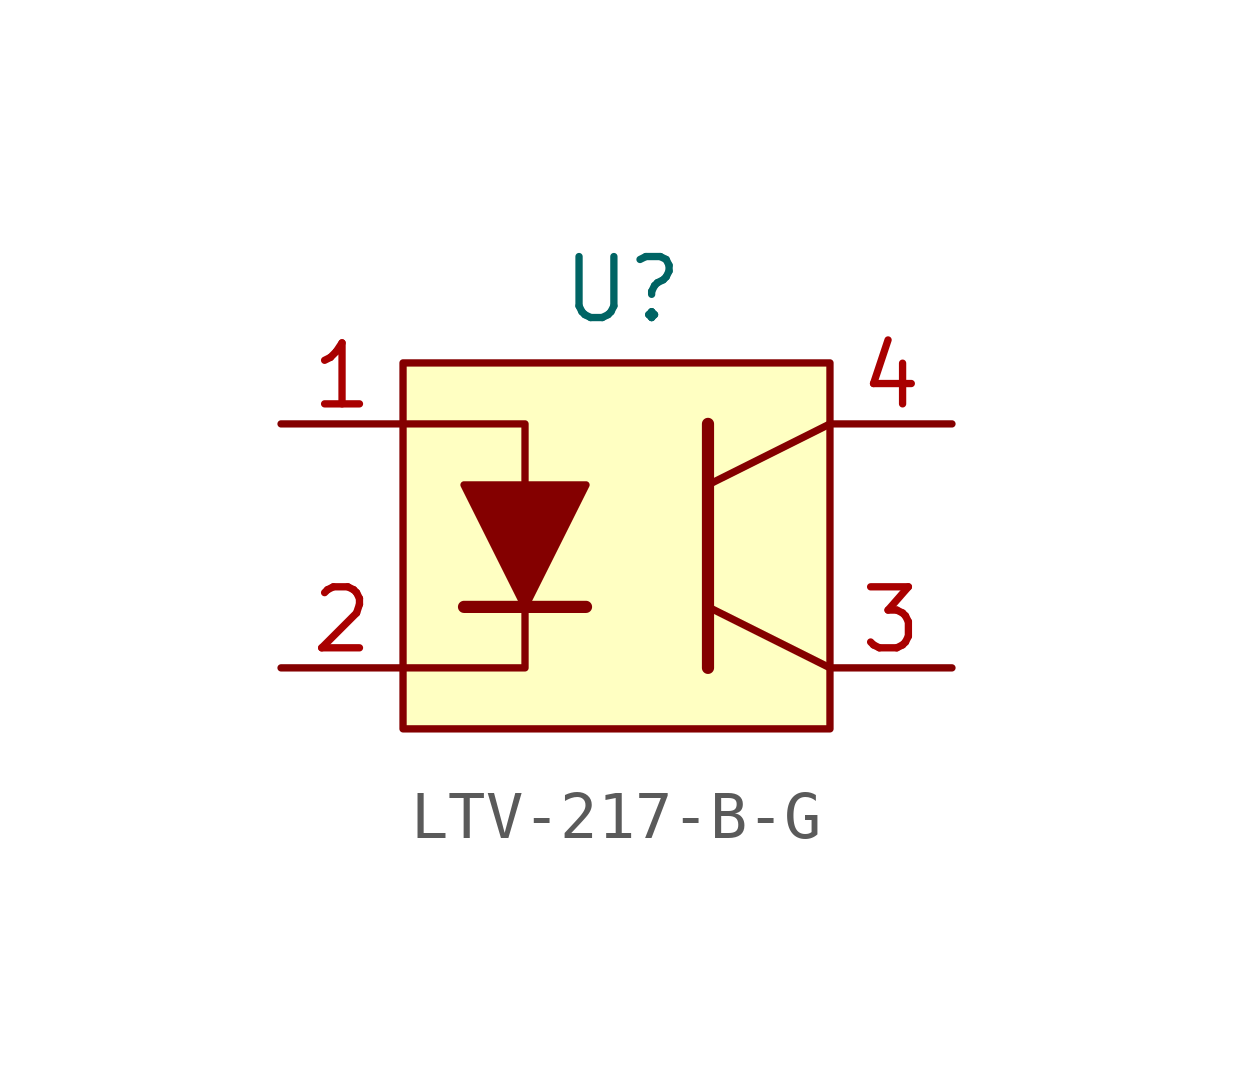
<source format=kicad_sym>
(kicad_symbol_lib
  (version 20241209)
  (generator "kicad_symbol_editor")
  (generator_version "9.0")
  (symbol "LTV-217-B-G"
    (property "Reference" "U"
      (at 7.112 2.794 0)
      (effects (font (size 1.27 1.27))))
    (property "Value" ""
      (at 0 0 0)
      (effects (font (size 1.27 1.27))))
    (symbol "LTV-217-B-G_0_1"
      (polyline (pts (xy 2.54 0) (xy 5.08 0) (xy 5.08 -1.27)) (stroke (width 0) (type default)) (fill (type none)))
      (polyline (pts (xy 2.54 -5.08) (xy 5.08 -5.08) (xy 5.08 -3.81)) (stroke (width 0) (type default)) (fill (type none)))
      (polyline (pts (xy 11.43 0) (xy 8.89 -1.27) (xy 8.89 -3.81) (xy 11.43 -5.08)) (stroke (width 0) (type default)) (fill (type none))))
    (symbol "LTV-217-B-G_1_1"
      (rectangle (start 2.54 1.27) (end 11.43 -6.35) (stroke (width 0) (type solid)) (fill (type background)))
      (polyline (pts (xy 6.35 -1.27) (xy 5.08 -3.81) (xy 3.81 -1.27) (xy 6.35 -1.27)) (stroke (width 0) (type solid)) (fill (type outline)))
      (polyline (pts (xy 6.35 -3.81) (xy 3.81 -3.81)) (stroke (width 0.254) (type solid)) (fill (type none)))
      (polyline (pts (xy 8.89 -1.27) (xy 8.89 0) (xy 8.89 -5.08)) (stroke (width 0.254) (type solid)) (fill (type none)))
      (pin passive line (at 0 0 0) (length 2.54) (name "" (effects (font (size 1.27 1.27)))) (number "1" (effects (font (size 1.27 1.27)))))
      (pin passive line (at 0 -5.08 0) (length 2.54) (name "" (effects (font (size 1.27 1.27)))) (number "2" (effects (font (size 1.27 1.27)))))
      (pin passive line (at 13.97 0 180) (length 2.54) (name "" (effects (font (size 1.27 1.27)))) (number "4" (effects (font (size 1.27 1.27)))))
      (pin passive line (at 13.97 -5.08 180) (length 2.54) (name "" (effects (font (size 1.27 1.27)))) (number "3" (effects (font (size 1.27 1.27))))))))
</source>
